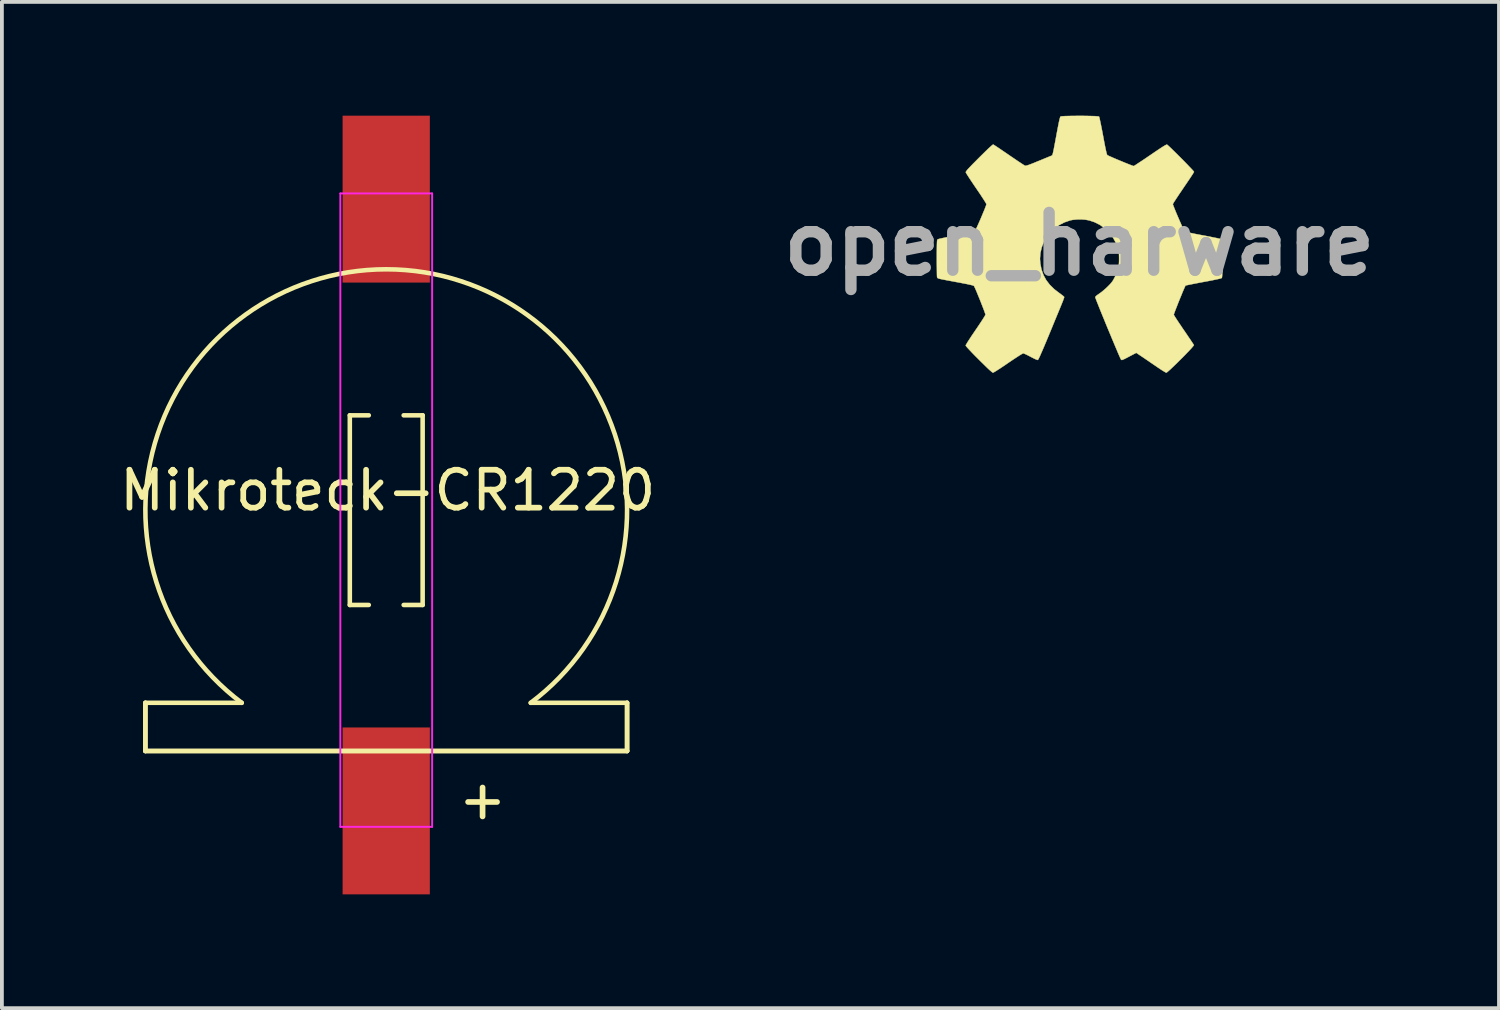
<source format=kicad_pcb>
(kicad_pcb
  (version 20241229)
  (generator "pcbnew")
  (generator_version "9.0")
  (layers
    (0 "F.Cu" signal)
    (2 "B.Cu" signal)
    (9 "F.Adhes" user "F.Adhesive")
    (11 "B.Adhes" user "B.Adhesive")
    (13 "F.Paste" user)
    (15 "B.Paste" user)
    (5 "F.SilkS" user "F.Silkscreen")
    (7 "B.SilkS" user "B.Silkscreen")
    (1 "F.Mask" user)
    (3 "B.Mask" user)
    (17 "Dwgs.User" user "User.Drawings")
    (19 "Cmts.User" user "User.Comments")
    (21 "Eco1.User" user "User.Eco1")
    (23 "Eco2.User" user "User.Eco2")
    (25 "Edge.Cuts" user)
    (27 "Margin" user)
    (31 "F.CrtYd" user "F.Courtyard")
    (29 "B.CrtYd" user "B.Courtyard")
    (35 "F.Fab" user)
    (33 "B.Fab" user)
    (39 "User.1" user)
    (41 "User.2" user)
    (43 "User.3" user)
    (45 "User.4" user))
  (footprint "open_harware"
    (layer "F.Cu")
    (at 25.408 3.385)
    (property "Reference" "open_harware" (at 0 0 0) (layer "F.Fab") (effects (font (size 1.524 1.524) (thickness 0.3))))
    (attr through_hole)
    (fp_poly (pts (xy 0.066 -3.38) (xy 0.164 -3.379) (xy 0.256 -3.377) (xy 0.339 -3.375) (xy 0.411 -3.373) (xy 0.467 -3.369) (xy 0.504 -3.365) (xy 0.519 -3.361) (xy 0.524 -3.345) (xy 0.534 -3.307) (xy 0.546 -3.25) (xy 0.562 -3.175) (xy 0.579 -3.088) (xy 0.599 -2.989) (xy 0.619 -2.882) (xy 0.624 -2.856) (xy 0.65 -2.716) (xy 0.672 -2.601) (xy 0.691 -2.508) (xy 0.707 -2.437) (xy 0.719 -2.387) (xy 0.729 -2.357) (xy 0.735 -2.348) (xy 0.751 -2.338) (xy 0.787 -2.32) (xy 0.84 -2.297) (xy 0.905 -2.268) (xy 0.978 -2.237) (xy 1.057 -2.204) (xy 1.137 -2.171) (xy 1.214 -2.139) (xy 1.285 -2.111) (xy 1.346 -2.087) (xy 1.394 -2.069) (xy 1.424 -2.059) (xy 1.432 -2.057) (xy 1.446 -2.064) (xy 1.479 -2.084) (xy 1.527 -2.116) (xy 1.59 -2.157) (xy 1.664 -2.206) (xy 1.748 -2.262) (xy 1.838 -2.324) (xy 1.868 -2.344) (xy 1.988 -2.426) (xy 2.088 -2.493) (xy 2.168 -2.546) (xy 2.23 -2.585) (xy 2.274 -2.61) (xy 2.3 -2.622) (xy 2.308 -2.624) (xy 2.323 -2.613) (xy 2.353 -2.586) (xy 2.395 -2.547) (xy 2.448 -2.496) (xy 2.508 -2.437) (xy 2.574 -2.372) (xy 2.643 -2.303) (xy 2.713 -2.233) (xy 2.781 -2.164) (xy 2.845 -2.098) (xy 2.902 -2.038) (xy 2.951 -1.987) (xy 2.989 -1.946) (xy 3.014 -1.917) (xy 3.022 -1.904) (xy 3.015 -1.89) (xy 2.995 -1.857) (xy 2.964 -1.809) (xy 2.923 -1.746) (xy 2.873 -1.672) (xy 2.817 -1.589) (xy 2.756 -1.5) (xy 2.743 -1.48) (xy 2.681 -1.389) (xy 2.624 -1.305) (xy 2.573 -1.228) (xy 2.53 -1.162) (xy 2.496 -1.11) (xy 2.474 -1.073) (xy 2.464 -1.054) (xy 2.464 -1.052) (xy 2.469 -1.035) (xy 2.483 -0.997) (xy 2.504 -0.944) (xy 2.53 -0.879) (xy 2.561 -0.804) (xy 2.595 -0.725) (xy 2.63 -0.644) (xy 2.664 -0.566) (xy 2.696 -0.493) (xy 2.725 -0.43) (xy 2.748 -0.38) (xy 2.765 -0.346) (xy 2.773 -0.333) (xy 2.789 -0.327) (xy 2.828 -0.317) (xy 2.887 -0.303) (xy 2.962 -0.287) (xy 3.053 -0.268) (xy 3.156 -0.248) (xy 3.264 -0.228) (xy 3.371 -0.208) (xy 3.47 -0.188) (xy 3.559 -0.17) (xy 3.635 -0.155) (xy 3.695 -0.142) (xy 3.735 -0.132) (xy 3.754 -0.126) (xy 3.755 -0.125) (xy 3.759 -0.109) (xy 3.763 -0.071) (xy 3.767 -0.014) (xy 3.769 0.058) (xy 3.771 0.142) (xy 3.773 0.234) (xy 3.773 0.332) (xy 3.773 0.431) (xy 3.773 0.529) (xy 3.772 0.622) (xy 3.77 0.706) (xy 3.767 0.778) (xy 3.764 0.836) (xy 3.76 0.875) (xy 3.756 0.892) (xy 3.743 0.899) (xy 3.712 0.909) (xy 3.662 0.921) (xy 3.592 0.936) (xy 3.501 0.955) (xy 3.386 0.977) (xy 3.277 0.997) (xy 3.171 1.017) (xy 3.073 1.036) (xy 2.986 1.053) (xy 2.912 1.068) (xy 2.854 1.08) (xy 2.815 1.089) (xy 2.798 1.094) (xy 2.798 1.095) (xy 2.79 1.109) (xy 2.774 1.144) (xy 2.752 1.195) (xy 2.724 1.259) (xy 2.694 1.334) (xy 2.661 1.414) (xy 2.627 1.497) (xy 2.594 1.58) (xy 2.564 1.658) (xy 2.536 1.728) (xy 2.514 1.787) (xy 2.498 1.831) (xy 2.49 1.857) (xy 2.489 1.862) (xy 2.496 1.877) (xy 2.516 1.91) (xy 2.547 1.959) (xy 2.588 2.022) (xy 2.637 2.095) (xy 2.692 2.177) (xy 2.751 2.264) (xy 2.811 2.351) (xy 2.866 2.433) (xy 2.916 2.506) (xy 2.957 2.568) (xy 2.99 2.617) (xy 3.011 2.649) (xy 3.019 2.663) (xy 3.012 2.677) (xy 2.989 2.705) (xy 2.953 2.747) (xy 2.905 2.799) (xy 2.847 2.859) (xy 2.784 2.925) (xy 2.716 2.994) (xy 2.645 3.064) (xy 2.576 3.133) (xy 2.508 3.199) (xy 2.446 3.258) (xy 2.391 3.31) (xy 2.346 3.35) (xy 2.313 3.378) (xy 2.294 3.39) (xy 2.292 3.391) (xy 2.275 3.384) (xy 2.241 3.364) (xy 2.191 3.334) (xy 2.131 3.295) (xy 2.062 3.249) (xy 2.007 3.211) (xy 1.926 3.156) (xy 1.845 3.1) (xy 1.767 3.047) (xy 1.699 3.001) (xy 1.644 2.963) (xy 1.623 2.95) (xy 1.5 2.867) (xy 1.309 2.967) (xy 1.239 3.004) (xy 1.187 3.03) (xy 1.151 3.046) (xy 1.127 3.054) (xy 1.112 3.055) (xy 1.102 3.05) (xy 1.1 3.048) (xy 1.092 3.033) (xy 1.075 2.997) (xy 1.05 2.941) (xy 1.019 2.87) (xy 0.983 2.784) (xy 0.942 2.687) (xy 0.897 2.58) (xy 0.849 2.466) (xy 0.8 2.347) (xy 0.749 2.226) (xy 0.699 2.105) (xy 0.651 1.986) (xy 0.604 1.872) (xy 0.56 1.765) (xy 0.521 1.667) (xy 0.487 1.581) (xy 0.458 1.509) (xy 0.437 1.454) (xy 0.423 1.417) (xy 0.419 1.402) (xy 0.427 1.383) (xy 0.452 1.359) (xy 0.497 1.326) (xy 0.524 1.308) (xy 0.575 1.271) (xy 0.636 1.222) (xy 0.698 1.168) (xy 0.75 1.118) (xy 0.803 1.064) (xy 0.843 1.019) (xy 0.874 0.978) (xy 0.902 0.932) (xy 0.931 0.875) (xy 0.937 0.864) (xy 0.979 0.773) (xy 1.009 0.695) (xy 1.029 0.622) (xy 1.041 0.546) (xy 1.046 0.458) (xy 1.047 0.394) (xy 1.046 0.315) (xy 1.044 0.255) (xy 1.038 0.205) (xy 1.029 0.158) (xy 1.018 0.121) (xy 0.961 -0.035) (xy 0.883 -0.177) (xy 0.786 -0.303) (xy 0.672 -0.414) (xy 0.542 -0.506) (xy 0.398 -0.578) (xy 0.26 -0.624) (xy 0.159 -0.643) (xy 0.045 -0.651) (xy -0.073 -0.649) (xy -0.184 -0.637) (xy -0.248 -0.623) (xy -0.398 -0.571) (xy -0.536 -0.499) (xy -0.66 -0.409) (xy -0.77 -0.303) (xy -0.863 -0.184) (xy -0.938 -0.053) (xy -0.993 0.087) (xy -1.027 0.234) (xy -1.039 0.386) (xy -1.03 0.512) (xy -0.999 0.671) (xy -0.947 0.816) (xy -0.875 0.95) (xy -0.78 1.074) (xy -0.663 1.189) (xy -0.546 1.279) (xy -0.495 1.316) (xy -0.452 1.349) (xy -0.42 1.374) (xy -0.404 1.389) (xy -0.404 1.389) (xy -0.402 1.393) (xy -0.401 1.397) (xy -0.401 1.403) (xy -0.404 1.413) (xy -0.409 1.429) (xy -0.417 1.451) (xy -0.428 1.483) (xy -0.444 1.524) (xy -0.465 1.576) (xy -0.492 1.642) (xy -0.525 1.722) (xy -0.565 1.818) (xy -0.612 1.932) (xy -0.667 2.065) (xy -0.73 2.219) (xy -0.788 2.359) (xy -0.857 2.525) (xy -0.917 2.668) (xy -0.968 2.788) (xy -1.011 2.885) (xy -1.044 2.961) (xy -1.07 3.014) (xy -1.087 3.045) (xy -1.095 3.055) (xy -1.115 3.052) (xy -1.153 3.037) (xy -1.207 3.012) (xy -1.274 2.977) (xy -1.285 2.971) (xy -1.346 2.939) (xy -1.401 2.912) (xy -1.446 2.892) (xy -1.474 2.881) (xy -1.481 2.88) (xy -1.497 2.887) (xy -1.532 2.907) (xy -1.583 2.938) (xy -1.646 2.979) (xy -1.72 3.027) (xy -1.802 3.082) (xy -1.88 3.135) (xy -1.967 3.195) (xy -2.048 3.249) (xy -2.121 3.297) (xy -2.183 3.337) (xy -2.232 3.367) (xy -2.265 3.385) (xy -2.278 3.391) (xy -2.295 3.382) (xy -2.327 3.356) (xy -2.376 3.313) (xy -2.441 3.252) (xy -2.522 3.172) (xy -2.621 3.075) (xy -2.651 3.045) (xy -2.754 2.942) (xy -2.838 2.855) (xy -2.905 2.784) (xy -2.954 2.731) (xy -2.985 2.694) (xy -2.997 2.674) (xy -2.997 2.672) (xy -2.99 2.656) (xy -2.97 2.622) (xy -2.939 2.571) (xy -2.898 2.508) (xy -2.85 2.434) (xy -2.794 2.351) (xy -2.737 2.267) (xy -2.677 2.179) (xy -2.622 2.097) (xy -2.573 2.023) (xy -2.533 1.96) (xy -2.502 1.91) (xy -2.483 1.876) (xy -2.476 1.861) (xy -2.481 1.842) (xy -2.494 1.802) (xy -2.514 1.747) (xy -2.54 1.679) (xy -2.57 1.602) (xy -2.602 1.52) (xy -2.635 1.437) (xy -2.669 1.355) (xy -2.7 1.279) (xy -2.728 1.212) (xy -2.752 1.158) (xy -2.77 1.121) (xy -2.78 1.103) (xy -2.78 1.103) (xy -2.796 1.095) (xy -2.831 1.084) (xy -2.886 1.071) (xy -2.963 1.054) (xy -3.062 1.035) (xy -3.184 1.011) (xy -3.226 1.004) (xy -3.353 0.98) (xy -3.457 0.961) (xy -3.541 0.945) (xy -3.606 0.932) (xy -3.656 0.922) (xy -3.693 0.913) (xy -3.718 0.905) (xy -3.734 0.898) (xy -3.743 0.891) (xy -3.748 0.884) (xy -3.751 0.875) (xy -3.751 0.873) (xy -3.753 0.854) (xy -3.755 0.813) (xy -3.756 0.752) (xy -3.757 0.675) (xy -3.758 0.585) (xy -3.759 0.485) (xy -3.759 0.377) (xy -3.759 0.374) (xy -3.759 0.244) (xy -3.758 0.137) (xy -3.757 0.051) (xy -3.755 -0.014) (xy -3.753 -0.062) (xy -3.75 -0.095) (xy -3.746 -0.113) (xy -3.743 -0.118) (xy -3.732 -0.125) (xy -3.706 -0.134) (xy -3.664 -0.145) (xy -3.604 -0.158) (xy -3.525 -0.175) (xy -3.425 -0.195) (xy -3.302 -0.218) (xy -3.253 -0.227) (xy -3.123 -0.251) (xy -3.017 -0.272) (xy -2.932 -0.289) (xy -2.866 -0.303) (xy -2.817 -0.315) (xy -2.783 -0.325) (xy -2.763 -0.333) (xy -2.755 -0.339) (xy -2.744 -0.357) (xy -2.725 -0.395) (xy -2.7 -0.449) (xy -2.67 -0.515) (xy -2.637 -0.59) (xy -2.602 -0.669) (xy -2.568 -0.75) (xy -2.535 -0.829) (xy -2.505 -0.901) (xy -2.481 -0.963) (xy -2.463 -1.011) (xy -2.453 -1.042) (xy -2.451 -1.051) (xy -2.458 -1.067) (xy -2.478 -1.103) (xy -2.51 -1.154) (xy -2.552 -1.219) (xy -2.602 -1.296) (xy -2.66 -1.382) (xy -2.72 -1.47) (xy -2.781 -1.559) (xy -2.837 -1.643) (xy -2.888 -1.719) (xy -2.93 -1.784) (xy -2.963 -1.836) (xy -2.985 -1.872) (xy -2.994 -1.89) (xy -2.995 -1.89) (xy -2.994 -1.9) (xy -2.987 -1.915) (xy -2.973 -1.934) (xy -2.951 -1.962) (xy -2.917 -1.999) (xy -2.872 -2.046) (xy -2.814 -2.107) (xy -2.74 -2.181) (xy -2.65 -2.272) (xy -2.647 -2.275) (xy -2.551 -2.37) (xy -2.468 -2.451) (xy -2.399 -2.518) (xy -2.343 -2.569) (xy -2.303 -2.604) (xy -2.279 -2.623) (xy -2.273 -2.625) (xy -2.258 -2.617) (xy -2.225 -2.596) (xy -2.176 -2.564) (xy -2.113 -2.522) (xy -2.04 -2.472) (xy -1.957 -2.416) (xy -1.868 -2.355) (xy -1.86 -2.349) (xy -1.77 -2.288) (xy -1.686 -2.231) (xy -1.61 -2.179) (xy -1.544 -2.136) (xy -1.491 -2.101) (xy -1.454 -2.078) (xy -1.436 -2.067) (xy -1.435 -2.067) (xy -1.422 -2.065) (xy -1.403 -2.067) (xy -1.375 -2.074) (xy -1.335 -2.087) (xy -1.281 -2.107) (xy -1.21 -2.135) (xy -1.12 -2.172) (xy -1.073 -2.191) (xy -0.987 -2.226) (xy -0.908 -2.259) (xy -0.839 -2.287) (xy -0.784 -2.31) (xy -0.746 -2.325) (xy -0.728 -2.333) (xy -0.727 -2.333) (xy -0.721 -2.337) (xy -0.715 -2.345) (xy -0.708 -2.36) (xy -0.701 -2.383) (xy -0.693 -2.417) (xy -0.682 -2.464) (xy -0.67 -2.525) (xy -0.655 -2.605) (xy -0.636 -2.704) (xy -0.614 -2.824) (xy -0.602 -2.889) (xy -0.577 -3.022) (xy -0.556 -3.131) (xy -0.539 -3.217) (xy -0.524 -3.282) (xy -0.512 -3.327) (xy -0.503 -3.354) (xy -0.498 -3.362) (xy -0.48 -3.367) (xy -0.44 -3.371) (xy -0.382 -3.374) (xy -0.309 -3.376) (xy -0.224 -3.378) (xy -0.131 -3.379) (xy -0.033 -3.38) (xy 0.066 -3.38)) (stroke (width 0.01) (type solid)) (fill yes) (layer "F.SilkS")))
  (footprint "Mikroteck-CR1220"
    (layer "F.Cu")
    (at 7.133 10.4)
    (property "Reference" "Mikroteck-CR1220" (at 0.04 -0.52 0) (layer "F.SilkS") (effects (font (size 1 1) (thickness 0.15))))
    (attr smd)
    (fp_line (start -6.35 5.08) (end -3.81 5.08) (stroke (width 0.12) (type solid)) (layer "F.SilkS"))
    (fp_line (start -6.35 6.35) (end -6.35 5.08) (stroke (width 0.12) (type solid)) (layer "F.SilkS"))
    (fp_line (start -6.35 6.35) (end -6.35 5.08) (stroke (width 0.12) (type solid)) (layer "F.SilkS"))
    (fp_line (start -0.96 -2.5) (end -0.96 2.5) (stroke (width 0.12) (type solid)) (layer "F.SilkS"))
    (fp_line (start -0.96 2.5) (end -0.46 2.5) (stroke (width 0.12) (type solid)) (layer "F.SilkS"))
    (fp_line (start -0.46 -2.5) (end -0.96 -2.5) (stroke (width 0.12) (type solid)) (layer "F.SilkS"))
    (fp_line (start 0.46 -2.5) (end 0.96 -2.5) (stroke (width 0.12) (type solid)) (layer "F.SilkS"))
    (fp_line (start 0.96 -2.5) (end 0.96 2.5) (stroke (width 0.12) (type solid)) (layer "F.SilkS"))
    (fp_line (start 0.96 2.5) (end 0.46 2.5) (stroke (width 0.12) (type solid)) (layer "F.SilkS"))
    (fp_line (start 3.81 5.08) (end 6.35 5.08) (stroke (width 0.12) (type solid)) (layer "F.SilkS"))
    (fp_line (start 6.35 5.08) (end 6.35 6.35) (stroke (width 0.12) (type solid)) (layer "F.SilkS"))
    (fp_line (start 6.35 5.08) (end 6.35 6.35) (stroke (width 0.12) (type solid)) (layer "F.SilkS"))
    (fp_line (start 6.35 6.35) (end -6.35 6.35) (stroke (width 0.12) (type solid)) (layer "F.SilkS"))
    (fp_line (start 6.35 6.35) (end -6.35 6.35) (stroke (width 0.12) (type solid)) (layer "F.SilkS"))
    (fp_arc (start -3.81 5.08) (mid 0 -6.35) (end 3.81 5.08) (stroke (width 0.12) (type solid)) (layer "F.SilkS"))
    (fp_line (start -1.21 -8.35) (end 1.21 -8.35) (stroke (width 0.05) (type solid)) (layer "F.CrtYd"))
    (fp_line (start -1.21 8.35) (end -1.21 -8.35) (stroke (width 0.05) (type solid)) (layer "F.CrtYd"))
    (fp_line (start 1.21 -8.35) (end 1.21 8.35) (stroke (width 0.05) (type solid)) (layer "F.CrtYd"))
    (fp_line (start 1.21 8.35) (end -1.21 8.35) (stroke (width 0.05) (type solid)) (layer "F.CrtYd"))
    (fp_text user "+" (at 2.54 7.62 0) (layer "F.SilkS") (effects (font (size 1 1) (thickness 0.15))))
    (pad "1" smd rect (at 0 7.93 180) (size 2.3 4.4) (layers "F.Cu" "F.Mask" "F.Paste"))
    (pad "2" smd rect (at 0 -8.2 180) (size 2.3 4.4) (layers "F.Cu" "F.Mask" "F.Paste")))
  (gr_rect
    (start -3 -3)
    (end 36.471 23.53)
    (stroke (width 0.1) (type default))
    (fill no)
    (layer "Edge.Cuts")))
</source>
